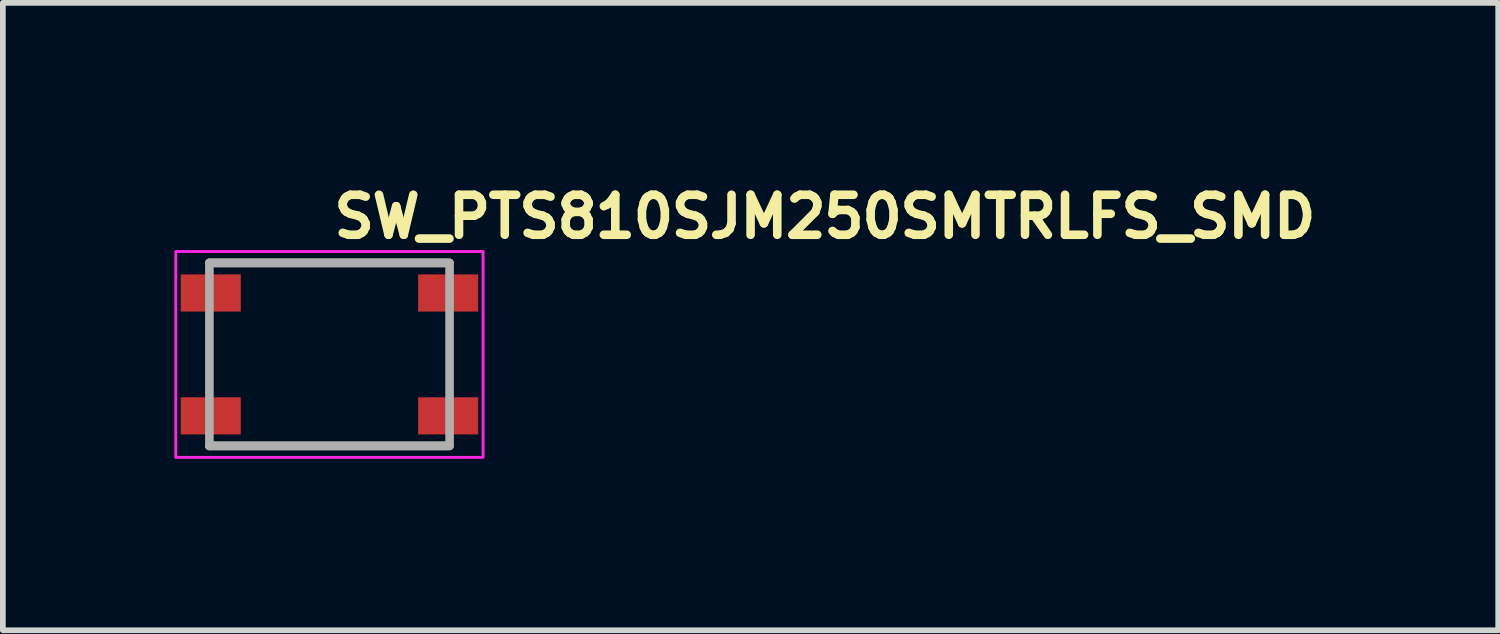
<source format=kicad_pcb>
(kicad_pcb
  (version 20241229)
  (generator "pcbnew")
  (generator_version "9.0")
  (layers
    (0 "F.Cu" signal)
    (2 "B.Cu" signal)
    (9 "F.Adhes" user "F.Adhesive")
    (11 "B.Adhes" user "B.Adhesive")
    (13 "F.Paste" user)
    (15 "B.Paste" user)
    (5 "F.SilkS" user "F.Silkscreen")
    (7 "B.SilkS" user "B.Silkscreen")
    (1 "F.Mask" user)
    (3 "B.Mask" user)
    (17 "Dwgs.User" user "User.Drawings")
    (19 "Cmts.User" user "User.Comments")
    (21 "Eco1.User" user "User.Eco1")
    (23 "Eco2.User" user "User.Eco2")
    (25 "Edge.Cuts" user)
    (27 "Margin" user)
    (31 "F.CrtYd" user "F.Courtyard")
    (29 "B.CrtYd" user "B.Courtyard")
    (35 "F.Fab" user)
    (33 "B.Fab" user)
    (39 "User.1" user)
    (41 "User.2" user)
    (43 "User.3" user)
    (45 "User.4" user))
  (footprint "SW_PTS810SJM250SMTRLFS_SMD"
    (layer "F.Cu")
    (at 2.714 3.15)
    (property "Reference" "SW_PTS810SJM250SMTRLFS_SMD" (at 0 -2 0) (layer "F.SilkS") (effects (font (size 0.7 0.7) (thickness 0.15)) (justify left bottom)))
    (attr smd)
    (fp_line (start -2.101 -1.601) (end 2.075 -1.601) (stroke (width 0.15) (type solid)) (layer "F.SilkS"))
    (fp_line (start -2.101 1.6) (end 2.075 1.6) (stroke (width 0.15) (type solid)) (layer "F.SilkS"))
    (fp_rect (start -2.689 -1.801) (end 2.686 1.8) (stroke (width 0.05) (type solid)) (fill no) (layer "F.CrtYd"))
    (fp_line (start -2.101 -1.601) (end 2.1 -1.601) (stroke (width 0.15) (type solid)) (layer "F.Fab"))
    (fp_line (start -2.101 1.6) (end -2.101 -1.601) (stroke (width 0.15) (type solid)) (layer "F.Fab"))
    (fp_line (start 2.1 -1.601) (end 2.1 1.6) (stroke (width 0.15) (type solid)) (layer "F.Fab"))
    (fp_line (start 2.1 1.6) (end -2.101 1.6) (stroke (width 0.15) (type solid)) (layer "F.Fab"))
    (fp_rect (start -2.289 -1.601) (end 2.286 1.6) (stroke (width 0.1) (type solid)) (fill no) (layer "User.5"))
    (fp_line (start -2.289 -1.351) (end -2.289 -0.802) (stroke (width 0.02) (type solid)) (layer "User.9"))
    (fp_line (start -2.289 -1.351) (end -2.191 -1.351) (stroke (width 0.02) (type solid)) (layer "User.9"))
    (fp_line (start -2.289 -0.802) (end -2.191 -0.802) (stroke (width 0.02) (type solid)) (layer "User.9"))
    (fp_line (start -2.289 0.8) (end -2.289 1.35) (stroke (width 0.02) (type solid)) (layer "User.9"))
    (fp_line (start -2.289 0.8) (end -2.191 0.8) (stroke (width 0.02) (type solid)) (layer "User.9"))
    (fp_line (start -2.289 1.35) (end -2.191 1.35) (stroke (width 0.02) (type solid)) (layer "User.9"))
    (fp_line (start -2.191 -0.802) (end -2.191 -1.351) (stroke (width 0.02) (type solid)) (layer "User.9"))
    (fp_line (start -2.191 -0.802) (end -2.101 -0.802) (stroke (width 0.02) (type solid)) (layer "User.9"))
    (fp_line (start -2.191 1.35) (end -2.191 0.8) (stroke (width 0.02) (type solid)) (layer "User.9"))
    (fp_line (start -2.191 1.35) (end -2.101 1.35) (stroke (width 0.02) (type solid)) (layer "User.9"))
    (fp_line (start -2.101 -1.412) (end -2.1 -1.422) (stroke (width 0.02) (type solid)) (layer "User.9"))
    (fp_line (start -2.101 -1.401) (end -2.101 -1.412) (stroke (width 0.02) (type solid)) (layer "User.9"))
    (fp_line (start -2.101 -1.401) (end -2.101 -0.402) (stroke (width 0.02) (type solid)) (layer "User.9"))
    (fp_line (start -2.101 -1.351) (end -2.191 -1.351) (stroke (width 0.02) (type solid)) (layer "User.9"))
    (fp_line (start -2.101 -0.402) (end -2.101 0.4) (stroke (width 0.02) (type solid)) (layer "User.9"))
    (fp_line (start -2.101 0.4) (end -2.101 1.398) (stroke (width 0.02) (type solid)) (layer "User.9"))
    (fp_line (start -2.101 0.4) (end -0.902 1.6) (stroke (width 0.02) (type solid)) (layer "User.9"))
    (fp_line (start -2.101 0.8) (end -2.191 0.8) (stroke (width 0.02) (type solid)) (layer "User.9"))
    (fp_line (start -2.101 1.409) (end -2.101 1.398) (stroke (width 0.02) (type solid)) (layer "User.9"))
    (fp_line (start -2.1 -1.422) (end -2.098 -1.432) (stroke (width 0.02) (type solid)) (layer "User.9"))
    (fp_line (start -2.1 1.419) (end -2.101 1.409) (stroke (width 0.02) (type solid)) (layer "User.9"))
    (fp_line (start -2.098 -1.432) (end -2.097 -1.442) (stroke (width 0.02) (type solid)) (layer "User.9"))
    (fp_line (start -2.098 1.429) (end -2.1 1.419) (stroke (width 0.02) (type solid)) (layer "User.9"))
    (fp_line (start -2.097 -1.442) (end -2.094 -1.45) (stroke (width 0.02) (type solid)) (layer "User.9"))
    (fp_line (start -2.097 1.439) (end -2.098 1.429) (stroke (width 0.02) (type solid)) (layer "User.9"))
    (fp_line (start -2.094 -1.45) (end -2.093 -1.46) (stroke (width 0.02) (type solid)) (layer "User.9"))
    (fp_line (start -2.094 1.449) (end -2.097 1.439) (stroke (width 0.02) (type solid)) (layer "User.9"))
    (fp_line (start -2.093 -1.46) (end -2.089 -1.47) (stroke (width 0.02) (type solid)) (layer "User.9"))
    (fp_line (start -2.093 1.459) (end -2.094 1.449) (stroke (width 0.02) (type solid)) (layer "User.9"))
    (fp_line (start -2.089 -1.47) (end -2.085 -1.478) (stroke (width 0.02) (type solid)) (layer "User.9"))
    (fp_line (start -2.089 1.467) (end -2.093 1.459) (stroke (width 0.02) (type solid)) (layer "User.9"))
    (fp_line (start -2.085 -1.478) (end -2.081 -1.488) (stroke (width 0.02) (type solid)) (layer "User.9"))
    (fp_line (start -2.085 1.477) (end -2.089 1.467) (stroke (width 0.02) (type solid)) (layer "User.9"))
    (fp_line (start -2.081 -1.488) (end -2.077 -1.496) (stroke (width 0.02) (type solid)) (layer "User.9"))
    (fp_line (start -2.081 1.485) (end -2.085 1.477) (stroke (width 0.02) (type solid)) (layer "User.9"))
    (fp_line (start -2.077 -1.496) (end -2.073 -1.504) (stroke (width 0.02) (type solid)) (layer "User.9"))
    (fp_line (start -2.077 1.495) (end -2.081 1.485) (stroke (width 0.02) (type solid)) (layer "User.9"))
    (fp_line (start -2.073 -1.504) (end -2.066 -1.512) (stroke (width 0.02) (type solid)) (layer "User.9"))
    (fp_line (start -2.073 1.503) (end -2.077 1.495) (stroke (width 0.02) (type solid)) (layer "User.9"))
    (fp_line (start -2.066 -1.512) (end -2.061 -1.52) (stroke (width 0.02) (type solid)) (layer "User.9"))
    (fp_line (start -2.066 1.511) (end -2.073 1.503) (stroke (width 0.02) (type solid)) (layer "User.9"))
    (fp_line (start -2.061 -1.52) (end -2.056 -1.528) (stroke (width 0.02) (type solid)) (layer "User.9"))
    (fp_line (start -2.061 1.519) (end -2.066 1.511) (stroke (width 0.02) (type solid)) (layer "User.9"))
    (fp_line (start -2.056 -1.528) (end -2.049 -1.536) (stroke (width 0.02) (type solid)) (layer "User.9"))
    (fp_line (start -2.056 1.527) (end -2.061 1.519) (stroke (width 0.02) (type solid)) (layer "User.9"))
    (fp_line (start -2.05 0.45) (end -2.05 -0.452) (stroke (width 0.02) (type solid)) (layer "User.9"))
    (fp_line (start -2.049 -1.536) (end -2.043 -1.543) (stroke (width 0.02) (type solid)) (layer "User.9"))
    (fp_line (start -2.049 1.533) (end -2.056 1.527) (stroke (width 0.02) (type solid)) (layer "User.9"))
    (fp_line (start -2.043 -1.543) (end -2.036 -1.549) (stroke (width 0.02) (type solid)) (layer "User.9"))
    (fp_line (start -2.043 1.54) (end -2.049 1.533) (stroke (width 0.02) (type solid)) (layer "User.9"))
    (fp_line (start -2.036 -1.549) (end -2.028 -1.555) (stroke (width 0.02) (type solid)) (layer "User.9"))
    (fp_line (start -2.036 1.548) (end -2.043 1.54) (stroke (width 0.02) (type solid)) (layer "User.9"))
    (fp_line (start -2.028 -1.555) (end -2.02 -1.561) (stroke (width 0.02) (type solid)) (layer "User.9"))
    (fp_line (start -2.028 1.554) (end -2.036 1.548) (stroke (width 0.02) (type solid)) (layer "User.9"))
    (fp_line (start -2.02 -1.561) (end -2.012 -1.567) (stroke (width 0.02) (type solid)) (layer "User.9"))
    (fp_line (start -2.02 1.56) (end -2.028 1.554) (stroke (width 0.02) (type solid)) (layer "User.9"))
    (fp_line (start -2.012 -1.567) (end -2.004 -1.573) (stroke (width 0.02) (type solid)) (layer "User.9"))
    (fp_line (start -2.012 1.564) (end -2.02 1.56) (stroke (width 0.02) (type solid)) (layer "User.9"))
    (fp_line (start -2.004 -1.573) (end -1.996 -1.577) (stroke (width 0.02) (type solid)) (layer "User.9"))
    (fp_line (start -2.004 1.57) (end -2.012 1.564) (stroke (width 0.02) (type solid)) (layer "User.9"))
    (fp_line (start -1.996 -1.577) (end -1.988 -1.581) (stroke (width 0.02) (type solid)) (layer "User.9"))
    (fp_line (start -1.996 1.574) (end -2.004 1.57) (stroke (width 0.02) (type solid)) (layer "User.9"))
    (fp_line (start -1.988 -1.581) (end -1.978 -1.585) (stroke (width 0.02) (type solid)) (layer "User.9"))
    (fp_line (start -1.988 1.58) (end -1.996 1.574) (stroke (width 0.02) (type solid)) (layer "User.9"))
    (fp_line (start -1.978 -1.585) (end -1.97 -1.589) (stroke (width 0.02) (type solid)) (layer "User.9"))
    (fp_line (start -1.978 1.584) (end -1.988 1.58) (stroke (width 0.02) (type solid)) (layer "User.9"))
    (fp_line (start -1.97 -1.589) (end -1.96 -1.593) (stroke (width 0.02) (type solid)) (layer "User.9"))
    (fp_line (start -1.97 1.586) (end -1.978 1.584) (stroke (width 0.02) (type solid)) (layer "User.9"))
    (fp_line (start -1.96 -1.593) (end -1.95 -1.595) (stroke (width 0.02) (type solid)) (layer "User.9"))
    (fp_line (start -1.96 1.59) (end -1.97 1.586) (stroke (width 0.02) (type solid)) (layer "User.9"))
    (fp_line (start -1.95 -1.595) (end -1.942 -1.597) (stroke (width 0.02) (type solid)) (layer "User.9"))
    (fp_line (start -1.95 1.592) (end -1.96 1.59) (stroke (width 0.02) (type solid)) (layer "User.9"))
    (fp_line (start -1.942 -1.597) (end -1.932 -1.599) (stroke (width 0.02) (type solid)) (layer "User.9"))
    (fp_line (start -1.942 1.594) (end -1.95 1.592) (stroke (width 0.02) (type solid)) (layer "User.9"))
    (fp_line (start -1.932 -1.599) (end -1.922 -1.599) (stroke (width 0.02) (type solid)) (layer "User.9"))
    (fp_line (start -1.932 1.596) (end -1.942 1.594) (stroke (width 0.02) (type solid)) (layer "User.9"))
    (fp_line (start -1.922 -1.599) (end -1.911 -1.601) (stroke (width 0.02) (type solid)) (layer "User.9"))
    (fp_line (start -1.922 1.598) (end -1.932 1.596) (stroke (width 0.02) (type solid)) (layer "User.9"))
    (fp_line (start -1.911 -1.601) (end -1.901 -1.601) (stroke (width 0.02) (type solid)) (layer "User.9"))
    (fp_line (start -1.911 1.598) (end -1.922 1.598) (stroke (width 0.02) (type solid)) (layer "User.9"))
    (fp_line (start -1.901 1.6) (end -1.911 1.598) (stroke (width 0.02) (type solid)) (layer "User.9"))
    (fp_line (start -1.901 1.6) (end -0.902 1.6) (stroke (width 0.02) (type solid)) (layer "User.9"))
    (fp_line (start -1.601 0) (end -1.599 0.076) (stroke (width 0.02) (type solid)) (layer "User.9"))
    (fp_line (start -1.599 -0.078) (end -1.601 0) (stroke (width 0.02) (type solid)) (layer "User.9"))
    (fp_line (start -1.599 0.076) (end -1.591 0.154) (stroke (width 0.02) (type solid)) (layer "User.9"))
    (fp_line (start -1.591 -0.156) (end -1.599 -0.078) (stroke (width 0.02) (type solid)) (layer "User.9"))
    (fp_line (start -1.591 0.154) (end -1.579 0.231) (stroke (width 0.02) (type solid)) (layer "User.9"))
    (fp_line (start -1.579 -0.233) (end -1.591 -0.156) (stroke (width 0.02) (type solid)) (layer "User.9"))
    (fp_line (start -1.579 0.231) (end -1.561 0.307) (stroke (width 0.02) (type solid)) (layer "User.9"))
    (fp_line (start -1.561 -0.309) (end -1.579 -0.233) (stroke (width 0.02) (type solid)) (layer "User.9"))
    (fp_line (start -1.561 0.307) (end -1.539 0.382) (stroke (width 0.02) (type solid)) (layer "User.9"))
    (fp_line (start -1.539 -0.384) (end -1.561 -0.309) (stroke (width 0.02) (type solid)) (layer "User.9"))
    (fp_line (start -1.539 0.382) (end -1.51 0.457) (stroke (width 0.02) (type solid)) (layer "User.9"))
    (fp_line (start -1.51 -0.459) (end -1.539 -0.384) (stroke (width 0.02) (type solid)) (layer "User.9"))
    (fp_line (start -1.51 0.457) (end -1.478 0.529) (stroke (width 0.02) (type solid)) (layer "User.9"))
    (fp_line (start -1.5 0) (end -1.498 -0.073) (stroke (width 0.02) (type solid)) (layer "User.9"))
    (fp_line (start -1.498 -0.073) (end -1.492 -0.144) (stroke (width 0.02) (type solid)) (layer "User.9"))
    (fp_line (start -1.498 0.071) (end -1.5 0) (stroke (width 0.02) (type solid)) (layer "User.9"))
    (fp_line (start -1.492 -0.144) (end -1.48 -0.213) (stroke (width 0.02) (type solid)) (layer "User.9"))
    (fp_line (start -1.492 0.142) (end -1.498 0.071) (stroke (width 0.02) (type solid)) (layer "User.9"))
    (fp_line (start -1.48 -0.213) (end -1.464 -0.284) (stroke (width 0.02) (type solid)) (layer "User.9"))
    (fp_line (start -1.48 0.211) (end -1.492 0.142) (stroke (width 0.02) (type solid)) (layer "User.9"))
    (fp_line (start -1.478 -0.531) (end -1.51 -0.459) (stroke (width 0.02) (type solid)) (layer "User.9"))
    (fp_line (start -1.478 0.529) (end -1.44 0.598) (stroke (width 0.02) (type solid)) (layer "User.9"))
    (fp_line (start -1.464 -0.284) (end -1.444 -0.352) (stroke (width 0.02) (type solid)) (layer "User.9"))
    (fp_line (start -1.464 0.282) (end -1.48 0.211) (stroke (width 0.02) (type solid)) (layer "User.9"))
    (fp_line (start -1.444 -0.352) (end -1.418 -0.419) (stroke (width 0.02) (type solid)) (layer "User.9"))
    (fp_line (start -1.444 0.351) (end -1.464 0.282) (stroke (width 0.02) (type solid)) (layer "User.9"))
    (fp_line (start -1.44 -0.6) (end -1.478 -0.531) (stroke (width 0.02) (type solid)) (layer "User.9"))
    (fp_line (start -1.44 -0.6) (end -1.44 -0.6) (stroke (width 0.02) (type solid)) (layer "User.9"))
    (fp_line (start -1.44 0.598) (end -1.44 0.598) (stroke (width 0.02) (type solid)) (layer "User.9"))
    (fp_line (start -1.44 0.598) (end -1.42 0.633) (stroke (width 0.02) (type solid)) (layer "User.9"))
    (fp_line (start -1.42 0.633) (end -1.397 0.667) (stroke (width 0.02) (type solid)) (layer "User.9"))
    (fp_line (start -1.418 -0.419) (end -1.389 -0.486) (stroke (width 0.02) (type solid)) (layer "User.9"))
    (fp_line (start -1.418 0.417) (end -1.444 0.351) (stroke (width 0.02) (type solid)) (layer "User.9"))
    (fp_line (start -1.397 -0.669) (end -1.44 -0.6) (stroke (width 0.02) (type solid)) (layer "User.9"))
    (fp_line (start -1.397 0.667) (end -1.375 0.7) (stroke (width 0.02) (type solid)) (layer "User.9"))
    (fp_line (start -1.389 -0.486) (end -1.353 -0.552) (stroke (width 0.02) (type solid)) (layer "User.9"))
    (fp_line (start -1.389 0.484) (end -1.418 0.417) (stroke (width 0.02) (type solid)) (layer "User.9"))
    (fp_line (start -1.375 0.7) (end -1.351 0.731) (stroke (width 0.02) (type solid)) (layer "User.9"))
    (fp_line (start -1.353 -0.552) (end -1.353 -0.552) (stroke (width 0.02) (type solid)) (layer "User.9"))
    (fp_line (start -1.353 -0.552) (end -1.335 -0.582) (stroke (width 0.02) (type solid)) (layer "User.9"))
    (fp_line (start -1.353 0.55) (end -1.389 0.484) (stroke (width 0.02) (type solid)) (layer "User.9"))
    (fp_line (start -1.353 0.55) (end -1.353 0.55) (stroke (width 0.02) (type solid)) (layer "User.9"))
    (fp_line (start -1.351 -0.733) (end -1.397 -0.669) (stroke (width 0.02) (type solid)) (layer "User.9"))
    (fp_line (start -1.351 0.731) (end -1.327 0.762) (stroke (width 0.02) (type solid)) (layer "User.9"))
    (fp_line (start -1.335 -0.582) (end -1.315 -0.613) (stroke (width 0.02) (type solid)) (layer "User.9"))
    (fp_line (start -1.327 0.762) (end -1.301 0.793) (stroke (width 0.02) (type solid)) (layer "User.9"))
    (fp_line (start -1.315 -0.613) (end -1.295 -0.644) (stroke (width 0.02) (type solid)) (layer "User.9"))
    (fp_line (start -1.315 0.611) (end -1.353 0.55) (stroke (width 0.02) (type solid)) (layer "User.9"))
    (fp_line (start -1.301 -0.795) (end -1.351 -0.733) (stroke (width 0.02) (type solid)) (layer "User.9"))
    (fp_line (start -1.301 0.793) (end -1.276 0.822) (stroke (width 0.02) (type solid)) (layer "User.9"))
    (fp_line (start -1.295 -0.644) (end -1.272 -0.673) (stroke (width 0.02) (type solid)) (layer "User.9"))
    (fp_line (start -1.276 0.822) (end -1.248 0.849) (stroke (width 0.02) (type solid)) (layer "User.9"))
    (fp_line (start -1.272 -0.673) (end -1.25 -0.701) (stroke (width 0.02) (type solid)) (layer "User.9"))
    (fp_line (start -1.272 0.671) (end -1.315 0.611) (stroke (width 0.02) (type solid)) (layer "User.9"))
    (fp_line (start -1.25 -0.701) (end -1.226 -0.728) (stroke (width 0.02) (type solid)) (layer "User.9"))
    (fp_line (start -1.248 -0.851) (end -1.301 -0.795) (stroke (width 0.02) (type solid)) (layer "User.9"))
    (fp_line (start -1.248 0.849) (end -1.22 0.876) (stroke (width 0.02) (type solid)) (layer "User.9"))
    (fp_line (start -1.226 -0.728) (end -1.202 -0.754) (stroke (width 0.02) (type solid)) (layer "User.9"))
    (fp_line (start -1.226 0.726) (end -1.272 0.671) (stroke (width 0.02) (type solid)) (layer "User.9"))
    (fp_line (start -1.22 0.876) (end -1.19 0.903) (stroke (width 0.02) (type solid)) (layer "User.9"))
    (fp_line (start -1.202 -0.754) (end -1.178 -0.781) (stroke (width 0.02) (type solid)) (layer "User.9"))
    (fp_line (start -1.19 -0.905) (end -1.248 -0.851) (stroke (width 0.02) (type solid)) (layer "User.9"))
    (fp_line (start -1.19 0.903) (end -1.16 0.928) (stroke (width 0.02) (type solid)) (layer "User.9"))
    (fp_line (start -1.178 -0.781) (end -1.151 -0.806) (stroke (width 0.02) (type solid)) (layer "User.9"))
    (fp_line (start -1.178 0.779) (end -1.226 0.726) (stroke (width 0.02) (type solid)) (layer "User.9"))
    (fp_line (start -1.16 0.928) (end -1.131 0.953) (stroke (width 0.02) (type solid)) (layer "User.9"))
    (fp_line (start -1.151 -0.806) (end -1.125 -0.83) (stroke (width 0.02) (type solid)) (layer "User.9"))
    (fp_line (start -1.131 -0.955) (end -1.19 -0.905) (stroke (width 0.02) (type solid)) (layer "User.9"))
    (fp_line (start -1.131 0.953) (end -1.099 0.975) (stroke (width 0.02) (type solid)) (layer "User.9"))
    (fp_line (start -1.125 -0.83) (end -1.097 -0.852) (stroke (width 0.02) (type solid)) (layer "User.9"))
    (fp_line (start -1.125 0.828) (end -1.178 0.779) (stroke (width 0.02) (type solid)) (layer "User.9"))
    (fp_line (start -1.099 0.975) (end -1.067 0.997) (stroke (width 0.02) (type solid)) (layer "User.9"))
    (fp_line (start -1.097 -0.852) (end -1.069 -0.874) (stroke (width 0.02) (type solid)) (layer "User.9"))
    (fp_line (start -1.069 -0.874) (end -1.041 -0.895) (stroke (width 0.02) (type solid)) (layer "User.9"))
    (fp_line (start -1.069 0.872) (end -1.125 0.828) (stroke (width 0.02) (type solid)) (layer "User.9"))
    (fp_line (start -1.067 -0.999) (end -1.131 -0.955) (stroke (width 0.02) (type solid)) (layer "User.9"))
    (fp_line (start -1.067 0.997) (end -1.035 1.019) (stroke (width 0.02) (type solid)) (layer "User.9"))
    (fp_line (start -1.041 -0.895) (end -1.012 -0.917) (stroke (width 0.02) (type solid)) (layer "User.9"))
    (fp_line (start -1.035 1.019) (end -1 1.038) (stroke (width 0.02) (type solid)) (layer "User.9"))
    (fp_line (start -1.012 -0.917) (end -0.981 -0.936) (stroke (width 0.02) (type solid)) (layer "User.9"))
    (fp_line (start -1.012 0.915) (end -1.069 0.872) (stroke (width 0.02) (type solid)) (layer "User.9"))
    (fp_line (start -1 -1.041) (end -1.067 -0.999) (stroke (width 0.02) (type solid)) (layer "User.9"))
    (fp_line (start -1 1.038) (end -0.967 1.058) (stroke (width 0.02) (type solid)) (layer "User.9"))
    (fp_line (start -0.981 -0.936) (end -0.951 -0.954) (stroke (width 0.02) (type solid)) (layer "User.9"))
    (fp_line (start -0.967 1.058) (end -0.933 1.074) (stroke (width 0.02) (type solid)) (layer "User.9"))
    (fp_line (start -0.951 -1.551) (end 0.949 -1.551) (stroke (width 0.02) (type solid)) (layer "User.9"))
    (fp_line (start -0.951 -0.954) (end -0.92 -0.97) (stroke (width 0.02) (type solid)) (layer "User.9"))
    (fp_line (start -0.951 0.952) (end -1.012 0.915) (stroke (width 0.02) (type solid)) (layer "User.9"))
    (fp_line (start -0.933 -1.077) (end -1 -1.041) (stroke (width 0.02) (type solid)) (layer "User.9"))
    (fp_line (start -0.933 1.074) (end -0.898 1.092) (stroke (width 0.02) (type solid)) (layer "User.9"))
    (fp_line (start -0.92 -0.97) (end -0.888 -0.987) (stroke (width 0.02) (type solid)) (layer "User.9"))
    (fp_line (start -0.902 -1.601) (end -2.101 -0.402) (stroke (width 0.02) (type solid)) (layer "User.9"))
    (fp_line (start -0.902 -1.601) (end -1.901 -1.601) (stroke (width 0.02) (type solid)) (layer "User.9"))
    (fp_line (start -0.902 1.6) (end 0.9 1.6) (stroke (width 0.02) (type solid)) (layer "User.9"))
    (fp_line (start -0.898 1.092) (end -0.861 1.108) (stroke (width 0.02) (type solid)) (layer "User.9"))
    (fp_line (start -0.888 -0.987) (end -0.856 -1.002) (stroke (width 0.02) (type solid)) (layer "User.9"))
    (fp_line (start -0.888 0.985) (end -0.951 0.952) (stroke (width 0.02) (type solid)) (layer "User.9"))
    (fp_line (start -0.861 -1.109) (end -0.933 -1.077) (stroke (width 0.02) (type solid)) (layer "User.9"))
    (fp_line (start -0.861 1.108) (end -0.826 1.122) (stroke (width 0.02) (type solid)) (layer "User.9"))
    (fp_line (start -0.856 -1.002) (end -0.824 -1.016) (stroke (width 0.02) (type solid)) (layer "User.9"))
    (fp_line (start -0.826 1.122) (end -0.789 1.134) (stroke (width 0.02) (type solid)) (layer "User.9"))
    (fp_line (start -0.824 -1.016) (end -0.791 -1.029) (stroke (width 0.02) (type solid)) (layer "User.9"))
    (fp_line (start -0.824 1.015) (end -0.888 0.985) (stroke (width 0.02) (type solid)) (layer "User.9"))
    (fp_line (start -0.791 -1.029) (end -0.756 -1.041) (stroke (width 0.02) (type solid)) (layer "User.9"))
    (fp_line (start -0.789 -1.137) (end -0.861 -1.109) (stroke (width 0.02) (type solid)) (layer "User.9"))
    (fp_line (start -0.789 1.134) (end -0.751 1.146) (stroke (width 0.02) (type solid)) (layer "User.9"))
    (fp_line (start -0.756 -1.041) (end -0.722 -1.053) (stroke (width 0.02) (type solid)) (layer "User.9"))
    (fp_line (start -0.756 1.04) (end -0.824 1.015) (stroke (width 0.02) (type solid)) (layer "User.9"))
    (fp_line (start -0.751 1.146) (end -0.714 1.157) (stroke (width 0.02) (type solid)) (layer "User.9"))
    (fp_line (start -0.722 -1.053) (end -0.689 -1.063) (stroke (width 0.02) (type solid)) (layer "User.9"))
    (fp_line (start -0.714 -1.16) (end -0.789 -1.137) (stroke (width 0.02) (type solid)) (layer "User.9"))
    (fp_line (start -0.714 1.157) (end -0.677 1.167) (stroke (width 0.02) (type solid)) (layer "User.9"))
    (fp_line (start -0.689 -1.063) (end -0.654 -1.071) (stroke (width 0.02) (type solid)) (layer "User.9"))
    (fp_line (start -0.689 1.06) (end -0.756 1.04) (stroke (width 0.02) (type solid)) (layer "User.9"))
    (fp_line (start -0.677 1.167) (end -0.637 1.175) (stroke (width 0.02) (type solid)) (layer "User.9"))
    (fp_line (start -0.654 -1.071) (end -0.618 -1.079) (stroke (width 0.02) (type solid)) (layer "User.9"))
    (fp_line (start -0.637 -1.178) (end -0.714 -1.16) (stroke (width 0.02) (type solid)) (layer "User.9"))
    (fp_line (start -0.637 1.175) (end -0.599 1.183) (stroke (width 0.02) (type solid)) (layer "User.9"))
    (fp_line (start -0.618 -1.079) (end -0.582 -1.085) (stroke (width 0.02) (type solid)) (layer "User.9"))
    (fp_line (start -0.618 1.078) (end -0.689 1.06) (stroke (width 0.02) (type solid)) (layer "User.9"))
    (fp_line (start -0.599 1.183) (end -0.56 1.189) (stroke (width 0.02) (type solid)) (layer "User.9"))
    (fp_line (start -0.582 -1.085) (end -0.547 -1.091) (stroke (width 0.02) (type solid)) (layer "User.9"))
    (fp_line (start -0.56 -1.19) (end -0.637 -1.178) (stroke (width 0.02) (type solid)) (layer "User.9"))
    (fp_line (start -0.56 1.189) (end -0.521 1.193) (stroke (width 0.02) (type solid)) (layer "User.9"))
    (fp_line (start -0.547 -1.091) (end -0.51 -1.095) (stroke (width 0.02) (type solid)) (layer "User.9"))
    (fp_line (start -0.547 1.09) (end -0.618 1.078) (stroke (width 0.02) (type solid)) (layer "User.9"))
    (fp_line (start -0.521 1.193) (end -0.48 1.197) (stroke (width 0.02) (type solid)) (layer "User.9"))
    (fp_line (start -0.51 -1.095) (end -0.475 -1.099) (stroke (width 0.02) (type solid)) (layer "User.9"))
    (fp_line (start -0.48 -1.198) (end -0.56 -1.19) (stroke (width 0.02) (type solid)) (layer "User.9"))
    (fp_line (start -0.48 1.197) (end -0.441 1.199) (stroke (width 0.02) (type solid)) (layer "User.9"))
    (fp_line (start -0.475 -1.099) (end -0.437 -1.101) (stroke (width 0.02) (type solid)) (layer "User.9"))
    (fp_line (start -0.475 1.096) (end -0.547 1.09) (stroke (width 0.02) (type solid)) (layer "User.9"))
    (fp_line (start -0.441 1.199) (end -0.402 1.199) (stroke (width 0.02) (type solid)) (layer "User.9"))
    (fp_line (start -0.437 -1.101) (end -0.402 -1.101) (stroke (width 0.02) (type solid)) (layer "User.9"))
    (fp_line (start -0.402 -1.2) (end -0.48 -1.198) (stroke (width 0.02) (type solid)) (layer "User.9"))
    (fp_line (start -0.402 -1.101) (end 0.4 -1.101) (stroke (width 0.02) (type solid)) (layer "User.9"))
    (fp_line (start -0.402 1.1) (end -0.475 1.096) (stroke (width 0.02) (type solid)) (layer "User.9"))
    (fp_line (start -0.402 1.1) (end 0.4 1.1) (stroke (width 0.02) (type solid)) (layer "User.9"))
    (fp_line (start -0.402 1.199) (end 0.4 1.199) (stroke (width 0.02) (type solid)) (layer "User.9"))
    (fp_line (start 0.4 -1.2) (end -0.402 -1.2) (stroke (width 0.02) (type solid)) (layer "User.9"))
    (fp_line (start 0.4 -1.101) (end 0.473 -1.099) (stroke (width 0.02) (type solid)) (layer "User.9"))
    (fp_line (start 0.4 1.1) (end -0.402 1.1) (stroke (width 0.02) (type solid)) (layer "User.9"))
    (fp_line (start 0.4 1.199) (end 0.479 1.197) (stroke (width 0.02) (type solid)) (layer "User.9"))
    (fp_line (start 0.435 1.098) (end 0.4 1.1) (stroke (width 0.02) (type solid)) (layer "User.9"))
    (fp_line (start 0.439 -1.2) (end 0.4 -1.2) (stroke (width 0.02) (type solid)) (layer "User.9"))
    (fp_line (start 0.473 -1.099) (end 0.545 -1.091) (stroke (width 0.02) (type solid)) (layer "User.9"))
    (fp_line (start 0.473 1.096) (end 0.435 1.098) (stroke (width 0.02) (type solid)) (layer "User.9"))
    (fp_line (start 0.479 -1.198) (end 0.439 -1.2) (stroke (width 0.02) (type solid)) (layer "User.9"))
    (fp_line (start 0.479 1.197) (end 0.558 1.189) (stroke (width 0.02) (type solid)) (layer "User.9"))
    (fp_line (start 0.508 1.094) (end 0.473 1.096) (stroke (width 0.02) (type solid)) (layer "User.9"))
    (fp_line (start 0.519 -1.196) (end 0.479 -1.198) (stroke (width 0.02) (type solid)) (layer "User.9"))
    (fp_line (start 0.545 -1.091) (end 0.616 -1.079) (stroke (width 0.02) (type solid)) (layer "User.9"))
    (fp_line (start 0.545 1.09) (end 0.508 1.094) (stroke (width 0.02) (type solid)) (layer "User.9"))
    (fp_line (start 0.558 -1.19) (end 0.519 -1.196) (stroke (width 0.02) (type solid)) (layer "User.9"))
    (fp_line (start 0.558 1.189) (end 0.635 1.175) (stroke (width 0.02) (type solid)) (layer "User.9"))
    (fp_line (start 0.58 1.084) (end 0.545 1.09) (stroke (width 0.02) (type solid)) (layer "User.9"))
    (fp_line (start 0.597 -1.184) (end 0.558 -1.19) (stroke (width 0.02) (type solid)) (layer "User.9"))
    (fp_line (start 0.616 -1.079) (end 0.687 -1.063) (stroke (width 0.02) (type solid)) (layer "User.9"))
    (fp_line (start 0.616 1.078) (end 0.58 1.084) (stroke (width 0.02) (type solid)) (layer "User.9"))
    (fp_line (start 0.635 -1.178) (end 0.597 -1.184) (stroke (width 0.02) (type solid)) (layer "User.9"))
    (fp_line (start 0.635 1.175) (end 0.712 1.157) (stroke (width 0.02) (type solid)) (layer "User.9"))
    (fp_line (start 0.652 1.07) (end 0.616 1.078) (stroke (width 0.02) (type solid)) (layer "User.9"))
    (fp_line (start 0.675 -1.17) (end 0.635 -1.178) (stroke (width 0.02) (type solid)) (layer "User.9"))
    (fp_line (start 0.687 -1.063) (end 0.754 -1.041) (stroke (width 0.02) (type solid)) (layer "User.9"))
    (fp_line (start 0.687 1.06) (end 0.652 1.07) (stroke (width 0.02) (type solid)) (layer "User.9"))
    (fp_line (start 0.712 -1.16) (end 0.675 -1.17) (stroke (width 0.02) (type solid)) (layer "User.9"))
    (fp_line (start 0.712 1.157) (end 0.787 1.134) (stroke (width 0.02) (type solid)) (layer "User.9"))
    (fp_line (start 0.72 1.052) (end 0.687 1.06) (stroke (width 0.02) (type solid)) (layer "User.9"))
    (fp_line (start 0.749 -1.149) (end 0.712 -1.16) (stroke (width 0.02) (type solid)) (layer "User.9"))
    (fp_line (start 0.754 -1.041) (end 0.822 -1.016) (stroke (width 0.02) (type solid)) (layer "User.9"))
    (fp_line (start 0.754 1.04) (end 0.72 1.052) (stroke (width 0.02) (type solid)) (layer "User.9"))
    (fp_line (start 0.787 -1.137) (end 0.749 -1.149) (stroke (width 0.02) (type solid)) (layer "User.9"))
    (fp_line (start 0.787 1.134) (end 0.859 1.108) (stroke (width 0.02) (type solid)) (layer "User.9"))
    (fp_line (start 0.789 1.028) (end 0.754 1.04) (stroke (width 0.02) (type solid)) (layer "User.9"))
    (fp_line (start 0.822 -1.016) (end 0.886 -0.987) (stroke (width 0.02) (type solid)) (layer "User.9"))
    (fp_line (start 0.822 1.015) (end 0.789 1.028) (stroke (width 0.02) (type solid)) (layer "User.9"))
    (fp_line (start 0.824 -1.123) (end 0.787 -1.137) (stroke (width 0.02) (type solid)) (layer "User.9"))
    (fp_line (start 0.854 1.001) (end 0.822 1.015) (stroke (width 0.02) (type solid)) (layer "User.9"))
    (fp_line (start 0.859 -1.109) (end 0.824 -1.123) (stroke (width 0.02) (type solid)) (layer "User.9"))
    (fp_line (start 0.859 1.108) (end 0.931 1.074) (stroke (width 0.02) (type solid)) (layer "User.9"))
    (fp_line (start 0.886 -0.987) (end 0.949 -0.954) (stroke (width 0.02) (type solid)) (layer "User.9"))
    (fp_line (start 0.886 0.985) (end 0.854 1.001) (stroke (width 0.02) (type solid)) (layer "User.9"))
    (fp_line (start 0.896 -1.093) (end 0.859 -1.109) (stroke (width 0.02) (type solid)) (layer "User.9"))
    (fp_line (start 0.9 -1.601) (end -0.902 -1.601) (stroke (width 0.02) (type solid)) (layer "User.9"))
    (fp_line (start 0.9 1.6) (end 1.898 1.6) (stroke (width 0.02) (type solid)) (layer "User.9"))
    (fp_line (start 0.9 1.6) (end 2.1 0.4) (stroke (width 0.02) (type solid)) (layer "User.9"))
    (fp_line (start 0.918 0.968) (end 0.886 0.985) (stroke (width 0.02) (type solid)) (layer "User.9"))
    (fp_line (start 0.931 -1.077) (end 0.896 -1.093) (stroke (width 0.02) (type solid)) (layer "User.9"))
    (fp_line (start 0.931 1.074) (end 0.998 1.038) (stroke (width 0.02) (type solid)) (layer "User.9"))
    (fp_line (start 0.949 -0.954) (end 1.009 -0.917) (stroke (width 0.02) (type solid)) (layer "User.9"))
    (fp_line (start 0.949 0.952) (end 0.918 0.968) (stroke (width 0.02) (type solid)) (layer "User.9"))
    (fp_line (start 0.949 1.55) (end -0.951 1.55) (stroke (width 0.02) (type solid)) (layer "User.9"))
    (fp_line (start 0.965 -1.059) (end 0.931 -1.077) (stroke (width 0.02) (type solid)) (layer "User.9"))
    (fp_line (start 0.979 0.934) (end 0.949 0.952) (stroke (width 0.02) (type solid)) (layer "User.9"))
    (fp_line (start 0.998 -1.041) (end 0.965 -1.059) (stroke (width 0.02) (type solid)) (layer "User.9"))
    (fp_line (start 0.998 1.038) (end 1.064 0.997) (stroke (width 0.02) (type solid)) (layer "User.9"))
    (fp_line (start 1.009 -0.917) (end 1.068 -0.874) (stroke (width 0.02) (type solid)) (layer "User.9"))
    (fp_line (start 1.009 0.915) (end 0.979 0.934) (stroke (width 0.02) (type solid)) (layer "User.9"))
    (fp_line (start 1.032 -1.02) (end 0.998 -1.041) (stroke (width 0.02) (type solid)) (layer "User.9"))
    (fp_line (start 1.038 0.893) (end 1.009 0.915) (stroke (width 0.02) (type solid)) (layer "User.9"))
    (fp_line (start 1.064 -0.999) (end 1.032 -1.02) (stroke (width 0.02) (type solid)) (layer "User.9"))
    (fp_line (start 1.064 0.997) (end 1.128 0.953) (stroke (width 0.02) (type solid)) (layer "User.9"))
    (fp_line (start 1.068 -0.874) (end 1.122 -0.83) (stroke (width 0.02) (type solid)) (layer "User.9"))
    (fp_line (start 1.068 0.872) (end 1.038 0.893) (stroke (width 0.02) (type solid)) (layer "User.9"))
    (fp_line (start 1.096 -0.977) (end 1.064 -0.999) (stroke (width 0.02) (type solid)) (layer "User.9"))
    (fp_line (start 1.096 0.85) (end 1.068 0.872) (stroke (width 0.02) (type solid)) (layer "User.9"))
    (fp_line (start 1.122 -0.83) (end 1.175 -0.781) (stroke (width 0.02) (type solid)) (layer "User.9"))
    (fp_line (start 1.122 0.828) (end 1.096 0.85) (stroke (width 0.02) (type solid)) (layer "User.9"))
    (fp_line (start 1.128 -0.955) (end 1.096 -0.977) (stroke (width 0.02) (type solid)) (layer "User.9"))
    (fp_line (start 1.128 0.953) (end 1.189 0.903) (stroke (width 0.02) (type solid)) (layer "User.9"))
    (fp_line (start 1.15 0.804) (end 1.122 0.828) (stroke (width 0.02) (type solid)) (layer "User.9"))
    (fp_line (start 1.159 -0.93) (end 1.128 -0.955) (stroke (width 0.02) (type solid)) (layer "User.9"))
    (fp_line (start 1.175 -0.781) (end 1.225 -0.728) (stroke (width 0.02) (type solid)) (layer "User.9"))
    (fp_line (start 1.175 0.779) (end 1.15 0.804) (stroke (width 0.02) (type solid)) (layer "User.9"))
    (fp_line (start 1.189 -0.905) (end 1.159 -0.93) (stroke (width 0.02) (type solid)) (layer "User.9"))
    (fp_line (start 1.189 0.903) (end 1.245 0.849) (stroke (width 0.02) (type solid)) (layer "User.9"))
    (fp_line (start 1.201 0.752) (end 1.175 0.779) (stroke (width 0.02) (type solid)) (layer "User.9"))
    (fp_line (start 1.217 -0.878) (end 1.189 -0.905) (stroke (width 0.02) (type solid)) (layer "User.9"))
    (fp_line (start 1.225 -0.728) (end 1.271 -0.673) (stroke (width 0.02) (type solid)) (layer "User.9"))
    (fp_line (start 1.225 0.726) (end 1.201 0.752) (stroke (width 0.02) (type solid)) (layer "User.9"))
    (fp_line (start 1.245 -0.851) (end 1.217 -0.878) (stroke (width 0.02) (type solid)) (layer "User.9"))
    (fp_line (start 1.245 0.849) (end 1.3 0.793) (stroke (width 0.02) (type solid)) (layer "User.9"))
    (fp_line (start 1.247 0.699) (end 1.225 0.726) (stroke (width 0.02) (type solid)) (layer "User.9"))
    (fp_line (start 1.271 -0.673) (end 1.312 -0.613) (stroke (width 0.02) (type solid)) (layer "User.9"))
    (fp_line (start 1.271 0.671) (end 1.247 0.699) (stroke (width 0.02) (type solid)) (layer "User.9"))
    (fp_line (start 1.273 -0.824) (end 1.245 -0.851) (stroke (width 0.02) (type solid)) (layer "User.9"))
    (fp_line (start 1.292 0.642) (end 1.271 0.671) (stroke (width 0.02) (type solid)) (layer "User.9"))
    (fp_line (start 1.3 -0.795) (end 1.273 -0.824) (stroke (width 0.02) (type solid)) (layer "User.9"))
    (fp_line (start 1.3 0.793) (end 1.35 0.731) (stroke (width 0.02) (type solid)) (layer "User.9"))
    (fp_line (start 1.312 -0.613) (end 1.352 -0.552) (stroke (width 0.02) (type solid)) (layer "User.9"))
    (fp_line (start 1.312 0.611) (end 1.292 0.642) (stroke (width 0.02) (type solid)) (layer "User.9"))
    (fp_line (start 1.326 -0.764) (end 1.3 -0.795) (stroke (width 0.02) (type solid)) (layer "User.9"))
    (fp_line (start 1.332 0.58) (end 1.312 0.611) (stroke (width 0.02) (type solid)) (layer "User.9"))
    (fp_line (start 1.35 -0.733) (end 1.326 -0.764) (stroke (width 0.02) (type solid)) (layer "User.9"))
    (fp_line (start 1.35 0.731) (end 1.396 0.667) (stroke (width 0.02) (type solid)) (layer "User.9"))
    (fp_line (start 1.352 -0.552) (end 1.352 -0.552) (stroke (width 0.02) (type solid)) (layer "User.9"))
    (fp_line (start 1.352 -0.552) (end 1.386 -0.486) (stroke (width 0.02) (type solid)) (layer "User.9"))
    (fp_line (start 1.352 0.55) (end 1.332 0.58) (stroke (width 0.02) (type solid)) (layer "User.9"))
    (fp_line (start 1.352 0.55) (end 1.352 0.55) (stroke (width 0.02) (type solid)) (layer "User.9"))
    (fp_line (start 1.374 -0.702) (end 1.35 -0.733) (stroke (width 0.02) (type solid)) (layer "User.9"))
    (fp_line (start 1.386 -0.486) (end 1.417 -0.419) (stroke (width 0.02) (type solid)) (layer "User.9"))
    (fp_line (start 1.386 0.484) (end 1.352 0.55) (stroke (width 0.02) (type solid)) (layer "User.9"))
    (fp_line (start 1.396 -0.669) (end 1.374 -0.702) (stroke (width 0.02) (type solid)) (layer "User.9"))
    (fp_line (start 1.396 0.667) (end 1.439 0.598) (stroke (width 0.02) (type solid)) (layer "User.9"))
    (fp_line (start 1.417 -0.635) (end 1.396 -0.669) (stroke (width 0.02) (type solid)) (layer "User.9"))
    (fp_line (start 1.417 -0.419) (end 1.441 -0.352) (stroke (width 0.02) (type solid)) (layer "User.9"))
    (fp_line (start 1.417 0.417) (end 1.386 0.484) (stroke (width 0.02) (type solid)) (layer "User.9"))
    (fp_line (start 1.439 -0.6) (end 1.417 -0.635) (stroke (width 0.02) (type solid)) (layer "User.9"))
    (fp_line (start 1.439 -0.6) (end 1.439 -0.6) (stroke (width 0.02) (type solid)) (layer "User.9"))
    (fp_line (start 1.439 0.598) (end 1.439 0.598) (stroke (width 0.02) (type solid)) (layer "User.9"))
    (fp_line (start 1.439 0.598) (end 1.475 0.529) (stroke (width 0.02) (type solid)) (layer "User.9"))
    (fp_line (start 1.441 -0.352) (end 1.463 -0.284) (stroke (width 0.02) (type solid)) (layer "User.9"))
    (fp_line (start 1.441 0.351) (end 1.417 0.417) (stroke (width 0.02) (type solid)) (layer "User.9"))
    (fp_line (start 1.463 -0.284) (end 1.479 -0.213) (stroke (width 0.02) (type solid)) (layer "User.9"))
    (fp_line (start 1.463 0.282) (end 1.441 0.351) (stroke (width 0.02) (type solid)) (layer "User.9"))
    (fp_line (start 1.475 -0.531) (end 1.439 -0.6) (stroke (width 0.02) (type solid)) (layer "User.9"))
    (fp_line (start 1.475 0.529) (end 1.509 0.457) (stroke (width 0.02) (type solid)) (layer "User.9"))
    (fp_line (start 1.479 -0.213) (end 1.489 -0.144) (stroke (width 0.02) (type solid)) (layer "User.9"))
    (fp_line (start 1.479 0.211) (end 1.463 0.282) (stroke (width 0.02) (type solid)) (layer "User.9"))
    (fp_line (start 1.489 -0.144) (end 1.497 -0.073) (stroke (width 0.02) (type solid)) (layer "User.9"))
    (fp_line (start 1.489 0.142) (end 1.479 0.211) (stroke (width 0.02) (type solid)) (layer "User.9"))
    (fp_line (start 1.497 -0.073) (end 1.499 0) (stroke (width 0.02) (type solid)) (layer "User.9"))
    (fp_line (start 1.497 0.071) (end 1.489 0.142) (stroke (width 0.02) (type solid)) (layer "User.9"))
    (fp_line (start 1.499 0) (end 1.497 0.071) (stroke (width 0.02) (type solid)) (layer "User.9"))
    (fp_line (start 1.509 -0.459) (end 1.475 -0.531) (stroke (width 0.02) (type solid)) (layer "User.9"))
    (fp_line (start 1.509 0.457) (end 1.536 0.382) (stroke (width 0.02) (type solid)) (layer "User.9"))
    (fp_line (start 1.536 -0.384) (end 1.509 -0.459) (stroke (width 0.02) (type solid)) (layer "User.9"))
    (fp_line (start 1.536 0.382) (end 1.558 0.307) (stroke (width 0.02) (type solid)) (layer "User.9"))
    (fp_line (start 1.55 -0.344) (end 1.55 0.342) (stroke (width 0.02) (type solid)) (layer "User.9"))
    (fp_line (start 1.558 -0.309) (end 1.536 -0.384) (stroke (width 0.02) (type solid)) (layer "User.9"))
    (fp_line (start 1.558 0.307) (end 1.576 0.231) (stroke (width 0.02) (type solid)) (layer "User.9"))
    (fp_line (start 1.576 -0.233) (end 1.558 -0.309) (stroke (width 0.02) (type solid)) (layer "User.9"))
    (fp_line (start 1.576 0.231) (end 1.588 0.154) (stroke (width 0.02) (type solid)) (layer "User.9"))
    (fp_line (start 1.588 -0.156) (end 1.576 -0.233) (stroke (width 0.02) (type solid)) (layer "User.9"))
    (fp_line (start 1.588 0.154) (end 1.596 0.076) (stroke (width 0.02) (type solid)) (layer "User.9"))
    (fp_line (start 1.596 -0.078) (end 1.588 -0.156) (stroke (width 0.02) (type solid)) (layer "User.9"))
    (fp_line (start 1.596 0.076) (end 1.6 0) (stroke (width 0.02) (type solid)) (layer "User.9"))
    (fp_line (start 1.6 0) (end 1.596 -0.078) (stroke (width 0.02) (type solid)) (layer "User.9"))
    (fp_line (start 1.898 -1.601) (end 0.9 -1.601) (stroke (width 0.02) (type solid)) (layer "User.9"))
    (fp_line (start 1.898 -1.601) (end 1.91 -1.601) (stroke (width 0.02) (type solid)) (layer "User.9"))
    (fp_line (start 1.91 -1.601) (end 1.919 -1.599) (stroke (width 0.02) (type solid)) (layer "User.9"))
    (fp_line (start 1.91 1.598) (end 1.898 1.6) (stroke (width 0.02) (type solid)) (layer "User.9"))
    (fp_line (start 1.919 -1.599) (end 1.929 -1.599) (stroke (width 0.02) (type solid)) (layer "User.9"))
    (fp_line (start 1.919 1.598) (end 1.91 1.598) (stroke (width 0.02) (type solid)) (layer "User.9"))
    (fp_line (start 1.929 -1.599) (end 1.939 -1.597) (stroke (width 0.02) (type solid)) (layer "User.9"))
    (fp_line (start 1.929 1.596) (end 1.919 1.598) (stroke (width 0.02) (type solid)) (layer "User.9"))
    (fp_line (start 1.939 -1.597) (end 1.949 -1.595) (stroke (width 0.02) (type solid)) (layer "User.9"))
    (fp_line (start 1.939 1.594) (end 1.929 1.596) (stroke (width 0.02) (type solid)) (layer "User.9"))
    (fp_line (start 1.949 -1.595) (end 1.959 -1.593) (stroke (width 0.02) (type solid)) (layer "User.9"))
    (fp_line (start 1.949 1.592) (end 1.939 1.594) (stroke (width 0.02) (type solid)) (layer "User.9"))
    (fp_line (start 1.959 -1.593) (end 1.967 -1.589) (stroke (width 0.02) (type solid)) (layer "User.9"))
    (fp_line (start 1.959 1.59) (end 1.949 1.592) (stroke (width 0.02) (type solid)) (layer "User.9"))
    (fp_line (start 1.967 -1.589) (end 1.977 -1.585) (stroke (width 0.02) (type solid)) (layer "User.9"))
    (fp_line (start 1.967 1.586) (end 1.959 1.59) (stroke (width 0.02) (type solid)) (layer "User.9"))
    (fp_line (start 1.977 -1.585) (end 1.985 -1.581) (stroke (width 0.02) (type solid)) (layer "User.9"))
    (fp_line (start 1.977 1.584) (end 1.967 1.586) (stroke (width 0.02) (type solid)) (layer "User.9"))
    (fp_line (start 1.985 -1.581) (end 1.995 -1.577) (stroke (width 0.02) (type solid)) (layer "User.9"))
    (fp_line (start 1.985 1.58) (end 1.977 1.584) (stroke (width 0.02) (type solid)) (layer "User.9"))
    (fp_line (start 1.995 -1.577) (end 2.003 -1.573) (stroke (width 0.02) (type solid)) (layer "User.9"))
    (fp_line (start 1.995 1.574) (end 1.985 1.58) (stroke (width 0.02) (type solid)) (layer "User.9"))
    (fp_line (start 2.003 -1.573) (end 2.011 -1.567) (stroke (width 0.02) (type solid)) (layer "User.9"))
    (fp_line (start 2.003 1.57) (end 1.995 1.574) (stroke (width 0.02) (type solid)) (layer "User.9"))
    (fp_line (start 2.011 -1.567) (end 2.019 -1.561) (stroke (width 0.02) (type solid)) (layer "User.9"))
    (fp_line (start 2.011 1.564) (end 2.003 1.57) (stroke (width 0.02) (type solid)) (layer "User.9"))
    (fp_line (start 2.019 -1.561) (end 2.027 -1.555) (stroke (width 0.02) (type solid)) (layer "User.9"))
    (fp_line (start 2.019 1.56) (end 2.011 1.564) (stroke (width 0.02) (type solid)) (layer "User.9"))
    (fp_line (start 2.027 -1.555) (end 2.034 -1.549) (stroke (width 0.02) (type solid)) (layer "User.9"))
    (fp_line (start 2.027 1.554) (end 2.019 1.56) (stroke (width 0.02) (type solid)) (layer "User.9"))
    (fp_line (start 2.034 -1.549) (end 2.04 -1.543) (stroke (width 0.02) (type solid)) (layer "User.9"))
    (fp_line (start 2.034 1.548) (end 2.027 1.554) (stroke (width 0.02) (type solid)) (layer "User.9"))
    (fp_line (start 2.04 -1.543) (end 2.048 -1.536) (stroke (width 0.02) (type solid)) (layer "User.9"))
    (fp_line (start 2.04 1.54) (end 2.034 1.548) (stroke (width 0.02) (type solid)) (layer "User.9"))
    (fp_line (start 2.048 -1.536) (end 2.053 -1.528) (stroke (width 0.02) (type solid)) (layer "User.9"))
    (fp_line (start 2.048 -0.452) (end 2.048 0.45) (stroke (width 0.02) (type solid)) (layer "User.9"))
    (fp_line (start 2.048 1.533) (end 2.04 1.54) (stroke (width 0.02) (type solid)) (layer "User.9"))
    (fp_line (start 2.053 -1.528) (end 2.06 -1.52) (stroke (width 0.02) (type solid)) (layer "User.9"))
    (fp_line (start 2.053 1.527) (end 2.048 1.533) (stroke (width 0.02) (type solid)) (layer "User.9"))
    (fp_line (start 2.06 -1.52) (end 2.064 -1.512) (stroke (width 0.02) (type solid)) (layer "User.9"))
    (fp_line (start 2.06 1.519) (end 2.053 1.527) (stroke (width 0.02) (type solid)) (layer "User.9"))
    (fp_line (start 2.064 -1.512) (end 2.071 -1.504) (stroke (width 0.02) (type solid)) (layer "User.9"))
    (fp_line (start 2.064 1.511) (end 2.06 1.519) (stroke (width 0.02) (type solid)) (layer "User.9"))
    (fp_line (start 2.071 -1.504) (end 2.075 -1.496) (stroke (width 0.02) (type solid)) (layer "User.9"))
    (fp_line (start 2.071 1.503) (end 2.064 1.511) (stroke (width 0.02) (type solid)) (layer "User.9"))
    (fp_line (start 2.075 -1.496) (end 2.08 -1.488) (stroke (width 0.02) (type solid)) (layer "User.9"))
    (fp_line (start 2.075 1.495) (end 2.071 1.503) (stroke (width 0.02) (type solid)) (layer "User.9"))
    (fp_line (start 2.08 -1.488) (end 2.084 -1.478) (stroke (width 0.02) (type solid)) (layer "User.9"))
    (fp_line (start 2.08 1.485) (end 2.075 1.495) (stroke (width 0.02) (type solid)) (layer "User.9"))
    (fp_line (start 2.084 -1.478) (end 2.087 -1.47) (stroke (width 0.02) (type solid)) (layer "User.9"))
    (fp_line (start 2.084 1.477) (end 2.08 1.485) (stroke (width 0.02) (type solid)) (layer "User.9"))
    (fp_line (start 2.087 -1.47) (end 2.091 -1.46) (stroke (width 0.02) (type solid)) (layer "User.9"))
    (fp_line (start 2.087 1.467) (end 2.084 1.477) (stroke (width 0.02) (type solid)) (layer "User.9"))
    (fp_line (start 2.091 -1.46) (end 2.092 -1.45) (stroke (width 0.02) (type solid)) (layer "User.9"))
    (fp_line (start 2.091 1.459) (end 2.087 1.467) (stroke (width 0.02) (type solid)) (layer "User.9"))
    (fp_line (start 2.092 -1.45) (end 2.095 -1.442) (stroke (width 0.02) (type solid)) (layer "User.9"))
    (fp_line (start 2.092 1.449) (end 2.091 1.459) (stroke (width 0.02) (type solid)) (layer "User.9"))
    (fp_line (start 2.095 -1.442) (end 2.096 -1.432) (stroke (width 0.02) (type solid)) (layer "User.9"))
    (fp_line (start 2.095 1.439) (end 2.092 1.449) (stroke (width 0.02) (type solid)) (layer "User.9"))
    (fp_line (start 2.096 -1.432) (end 2.097 -1.422) (stroke (width 0.02) (type solid)) (layer "User.9"))
    (fp_line (start 2.096 1.429) (end 2.095 1.439) (stroke (width 0.02) (type solid)) (layer "User.9"))
    (fp_line (start 2.097 -1.422) (end 2.099 -1.412) (stroke (width 0.02) (type solid)) (layer "User.9"))
    (fp_line (start 2.097 1.419) (end 2.096 1.429) (stroke (width 0.02) (type solid)) (layer "User.9"))
    (fp_line (start 2.099 -1.412) (end 2.1 -1.401) (stroke (width 0.02) (type solid)) (layer "User.9"))
    (fp_line (start 2.099 1.409) (end 2.097 1.419) (stroke (width 0.02) (type solid)) (layer "User.9"))
    (fp_line (start 2.1 -0.802) (end 2.189 -0.802) (stroke (width 0.02) (type solid)) (layer "User.9"))
    (fp_line (start 2.1 -0.402) (end 0.9 -1.601) (stroke (width 0.02) (type solid)) (layer "User.9"))
    (fp_line (start 2.1 -0.402) (end 2.1 -1.401) (stroke (width 0.02) (type solid)) (layer "User.9"))
    (fp_line (start 2.1 0.4) (end 2.1 -0.402) (stroke (width 0.02) (type solid)) (layer "User.9"))
    (fp_line (start 2.1 1.35) (end 2.189 1.35) (stroke (width 0.02) (type solid)) (layer "User.9"))
    (fp_line (start 2.1 1.398) (end 2.099 1.409) (stroke (width 0.02) (type solid)) (layer "User.9"))
    (fp_line (start 2.1 1.398) (end 2.1 0.4) (stroke (width 0.02) (type solid)) (layer "User.9"))
    (fp_line (start 2.189 -1.351) (end 2.1 -1.351) (stroke (width 0.02) (type solid)) (layer "User.9"))
    (fp_line (start 2.189 -1.351) (end 2.189 -0.802) (stroke (width 0.02) (type solid)) (layer "User.9"))
    (fp_line (start 2.189 -1.351) (end 2.286 -1.351) (stroke (width 0.02) (type solid)) (layer "User.9"))
    (fp_line (start 2.189 -0.802) (end 2.286 -0.802) (stroke (width 0.02) (type solid)) (layer "User.9"))
    (fp_line (start 2.189 0.8) (end 2.1 0.8) (stroke (width 0.02) (type solid)) (layer "User.9"))
    (fp_line (start 2.189 0.8) (end 2.189 1.35) (stroke (width 0.02) (type solid)) (layer "User.9"))
    (fp_line (start 2.189 0.8) (end 2.286 0.8) (stroke (width 0.02) (type solid)) (layer "User.9"))
    (fp_line (start 2.189 1.35) (end 2.286 1.35) (stroke (width 0.02) (type solid)) (layer "User.9"))
    (fp_line (start 2.286 -0.802) (end 2.286 -1.351) (stroke (width 0.02) (type solid)) (layer "User.9"))
    (fp_line (start 2.286 1.35) (end 2.286 0.8) (stroke (width 0.02) (type solid)) (layer "User.9"))
    (pad "1" smd rect (at -2.077 -1.075 90) (size 0.65 1.05) (layers "F.Cu" "F.Mask" "F.Paste"))
    (pad "2" smd rect (at 2.075 -1.075 90) (size 0.65 1.05) (layers "F.Cu" "F.Mask" "F.Paste"))
    (pad "3" smd rect (at -2.077 1.074 90) (size 0.65 1.05) (layers "F.Cu" "F.Mask" "F.Paste"))
    (pad "4" smd rect (at 2.075 1.074 90) (size 0.65 1.05) (layers "F.Cu" "F.Mask" "F.Paste")))
  (gr_rect
    (start -3 -3)
    (end 23.157 7.975)
    (stroke (width 0.1) (type default))
    (fill no)
    (layer "Edge.Cuts")))
</source>
